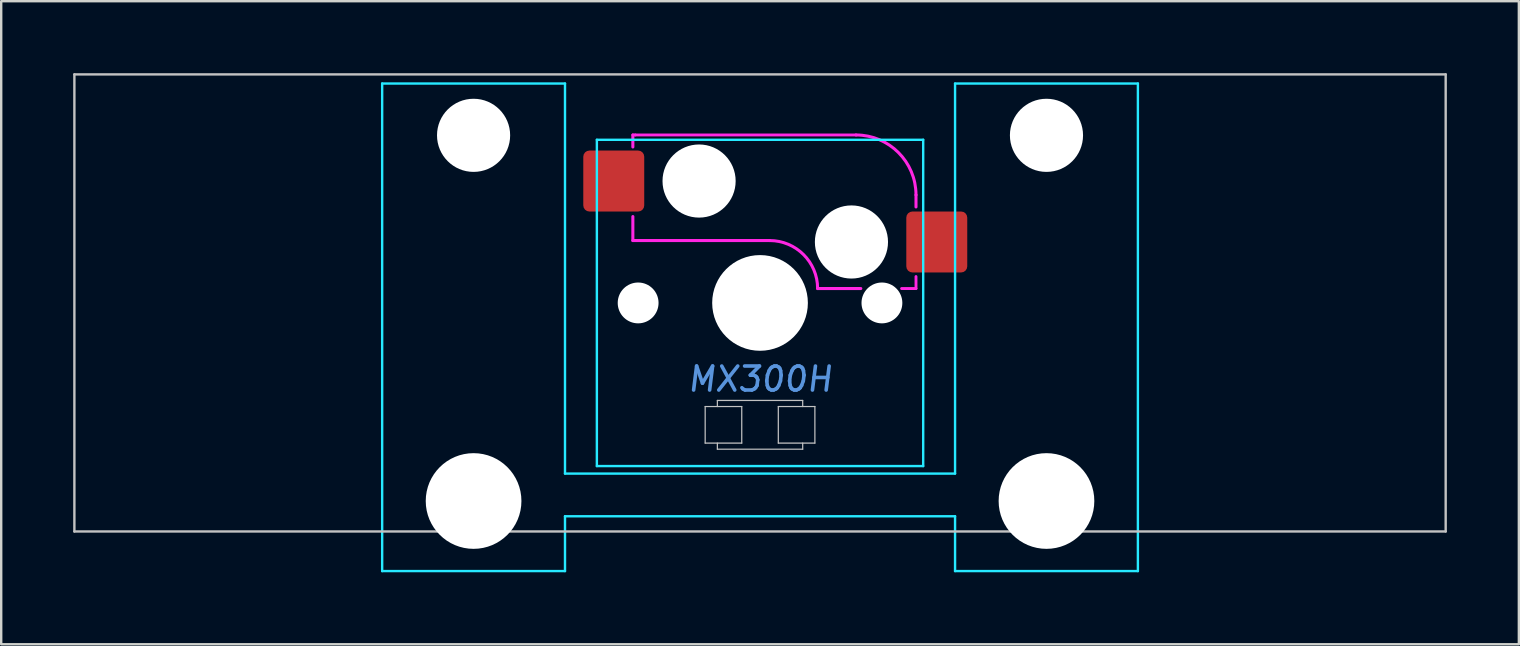
<source format=kicad_pcb>
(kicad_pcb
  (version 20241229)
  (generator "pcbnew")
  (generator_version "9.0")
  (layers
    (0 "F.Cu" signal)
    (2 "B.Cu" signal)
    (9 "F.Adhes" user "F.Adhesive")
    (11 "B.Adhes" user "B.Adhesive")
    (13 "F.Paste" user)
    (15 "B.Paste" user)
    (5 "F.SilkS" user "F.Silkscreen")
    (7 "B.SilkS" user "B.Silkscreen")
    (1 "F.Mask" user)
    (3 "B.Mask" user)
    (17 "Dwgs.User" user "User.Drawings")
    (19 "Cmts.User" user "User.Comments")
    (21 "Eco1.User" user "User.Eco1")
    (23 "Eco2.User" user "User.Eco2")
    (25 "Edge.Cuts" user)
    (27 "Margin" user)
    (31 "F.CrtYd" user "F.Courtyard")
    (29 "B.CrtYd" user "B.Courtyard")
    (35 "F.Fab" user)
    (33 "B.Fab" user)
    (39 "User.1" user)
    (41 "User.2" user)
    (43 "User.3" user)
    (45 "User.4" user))
  (footprint "MX300H"
    (layer "F.Cu")
    (at 28.625 9.575)
    (property "Reference" "MX300H" (at 0 3.175 0) (layer "Cmts.User") (effects (font (size 1 1) (thickness 0.15) (italic yes))))
    (attr smd)
    (fp_line (start -28.575 -9.525) (end -28.575 9.525) (stroke (width 0.1) (type solid)) (layer "Dwgs.User"))
    (fp_line (start -28.575 -9.525) (end 28.575 -9.525) (stroke (width 0.1) (type solid)) (layer "Dwgs.User"))
    (fp_line (start -28.575 9.525) (end 28.575 9.525) (stroke (width 0.1) (type solid)) (layer "Dwgs.User"))
    (fp_line (start -2.286 4.318) (end -0.762 4.318) (stroke (width 0.051) (type solid)) (layer "Dwgs.User"))
    (fp_line (start -2.286 5.842) (end -2.286 4.318) (stroke (width 0.051) (type solid)) (layer "Dwgs.User"))
    (fp_line (start -1.778 4.064) (end 1.778 4.064) (stroke (width 0.051) (type solid)) (layer "Dwgs.User"))
    (fp_line (start -1.778 4.318) (end -1.778 4.064) (stroke (width 0.051) (type solid)) (layer "Dwgs.User"))
    (fp_line (start -1.778 6.096) (end -1.778 5.842) (stroke (width 0.051) (type solid)) (layer "Dwgs.User"))
    (fp_line (start -0.762 4.318) (end -0.762 5.842) (stroke (width 0.051) (type solid)) (layer "Dwgs.User"))
    (fp_line (start -0.762 5.842) (end -2.286 5.842) (stroke (width 0.051) (type solid)) (layer "Dwgs.User"))
    (fp_line (start 0.762 4.318) (end 2.286 4.318) (stroke (width 0.051) (type solid)) (layer "Dwgs.User"))
    (fp_line (start 0.762 5.842) (end 0.762 4.318) (stroke (width 0.051) (type solid)) (layer "Dwgs.User"))
    (fp_line (start 1.778 4.064) (end 1.778 4.318) (stroke (width 0.051) (type solid)) (layer "Dwgs.User"))
    (fp_line (start 1.778 5.842) (end 1.778 6.096) (stroke (width 0.051) (type solid)) (layer "Dwgs.User"))
    (fp_line (start 1.778 6.096) (end -1.778 6.096) (stroke (width 0.051) (type solid)) (layer "Dwgs.User"))
    (fp_line (start 2.286 4.318) (end 2.286 5.842) (stroke (width 0.051) (type solid)) (layer "Dwgs.User"))
    (fp_line (start 2.286 5.842) (end 0.762 5.842) (stroke (width 0.051) (type solid)) (layer "Dwgs.User"))
    (fp_line (start 28.575 -9.525) (end 28.575 9.525) (stroke (width 0.1) (type solid)) (layer "Dwgs.User"))
    (fp_line (start -15.438 -5.485) (end -15.438 8.515) (stroke (width 0.1) (type solid)) (layer "Eco1.User"))
    (fp_line (start -14.938 -5.985) (end -8.938 -5.985) (stroke (width 0.1) (type solid)) (layer "Eco1.User"))
    (fp_line (start -8.938 9.015) (end -14.938 9.015) (stroke (width 0.1) (type solid)) (layer "Eco1.User"))
    (fp_line (start -8.438 8.515) (end -8.438 -5.485) (stroke (width 0.1) (type solid)) (layer "Eco1.User"))
    (fp_line (start -7 -6.5) (end -7 6.5) (stroke (width 0.1) (type solid)) (layer "Eco1.User"))
    (fp_line (start -6.5 7) (end 6.5 7) (stroke (width 0.1) (type solid)) (layer "Eco1.User"))
    (fp_line (start 6.5 -7) (end -6.5 -7) (stroke (width 0.1) (type solid)) (layer "Eco1.User"))
    (fp_line (start 7 6.5) (end 7 -6.5) (stroke (width 0.1) (type solid)) (layer "Eco1.User"))
    (fp_line (start 8.438 -5.485) (end 8.438 8.515) (stroke (width 0.1) (type solid)) (layer "Eco1.User"))
    (fp_line (start 8.938 -5.985) (end 14.938 -5.985) (stroke (width 0.1) (type solid)) (layer "Eco1.User"))
    (fp_line (start 14.938 9.015) (end 8.938 9.015) (stroke (width 0.1) (type solid)) (layer "Eco1.User"))
    (fp_line (start 15.438 8.515) (end 15.438 -5.485) (stroke (width 0.1) (type solid)) (layer "Eco1.User"))
    (fp_arc (start -15.438 -5.485) (mid -15.291553 -5.838553) (end -14.938 -5.985) (stroke (width 0.1) (type solid)) (layer "Eco1.User"))
    (fp_arc (start -14.938 9.015) (mid -15.291553 8.868553) (end -15.438 8.515) (stroke (width 0.1) (type solid)) (layer "Eco1.User"))
    (fp_arc (start -8.938 -5.985) (mid -8.584447 -5.838553) (end -8.438 -5.485) (stroke (width 0.1) (type solid)) (layer "Eco1.User"))
    (fp_arc (start -8.438 8.515) (mid -8.584447 8.868553) (end -8.938 9.015) (stroke (width 0.1) (type solid)) (layer "Eco1.User"))
    (fp_arc (start -7 -6.5) (mid -6.853553 -6.853553) (end -6.5 -7) (stroke (width 0.1) (type solid)) (layer "Eco1.User"))
    (fp_arc (start -6.5 7) (mid -6.853553 6.853553) (end -7 6.5) (stroke (width 0.1) (type solid)) (layer "Eco1.User"))
    (fp_arc (start 6.5 -7) (mid 6.853553 -6.853553) (end 7 -6.5) (stroke (width 0.1) (type solid)) (layer "Eco1.User"))
    (fp_arc (start 7 6.5) (mid 6.853553 6.853553) (end 6.5 7) (stroke (width 0.1) (type solid)) (layer "Eco1.User"))
    (fp_arc (start 8.438 -5.485) (mid 8.584447 -5.838553) (end 8.938 -5.985) (stroke (width 0.1) (type solid)) (layer "Eco1.User"))
    (fp_arc (start 8.938 9.015) (mid 8.584447 8.868553) (end 8.438 8.515) (stroke (width 0.1) (type solid)) (layer "Eco1.User"))
    (fp_arc (start 14.938 -5.985) (mid 15.291553 -5.838553) (end 15.438 -5.485) (stroke (width 0.1) (type solid)) (layer "Eco1.User"))
    (fp_arc (start 15.438 8.515) (mid 15.291553 8.868553) (end 14.938 9.015) (stroke (width 0.1) (type solid)) (layer "Eco1.User"))
    (fp_line (start -15.748 -9.144) (end -15.748 11.176) (stroke (width 0.1) (type solid)) (layer "B.CrtYd"))
    (fp_line (start -15.748 11.176) (end -8.128 11.176) (stroke (width 0.1) (type solid)) (layer "B.CrtYd"))
    (fp_line (start -8.128 -9.144) (end -15.748 -9.144) (stroke (width 0.1) (type solid)) (layer "B.CrtYd"))
    (fp_line (start -8.128 7.112) (end -8.128 -9.144) (stroke (width 0.1) (type solid)) (layer "B.CrtYd"))
    (fp_line (start -8.128 7.112) (end 8.128 7.112) (stroke (width 0.1) (type solid)) (layer "B.CrtYd"))
    (fp_line (start -8.128 8.89) (end -8.128 11.176) (stroke (width 0.1) (type solid)) (layer "B.CrtYd"))
    (fp_line (start -8.128 8.89) (end 8.128 8.89) (stroke (width 0.1) (type solid)) (layer "B.CrtYd"))
    (fp_line (start -6.8 -6.8) (end -6.8 6.8) (stroke (width 0.1) (type solid)) (layer "B.CrtYd"))
    (fp_line (start 6.8 -6.8) (end -6.8 -6.8) (stroke (width 0.1) (type solid)) (layer "B.CrtYd"))
    (fp_line (start 6.8 -6.8) (end 6.8 6.8) (stroke (width 0.1) (type solid)) (layer "B.CrtYd"))
    (fp_line (start 6.8 6.8) (end -6.8 6.8) (stroke (width 0.1) (type solid)) (layer "B.CrtYd"))
    (fp_line (start 8.128 -9.144) (end 15.748 -9.144) (stroke (width 0.1) (type solid)) (layer "B.CrtYd"))
    (fp_line (start 8.128 7.112) (end 8.128 -9.142) (stroke (width 0.1) (type solid)) (layer "B.CrtYd"))
    (fp_line (start 8.128 8.89) (end 8.128 11.176) (stroke (width 0.1) (type solid)) (layer "B.CrtYd"))
    (fp_line (start 15.748 11.176) (end 8.128 11.176) (stroke (width 0.1) (type solid)) (layer "B.CrtYd"))
    (fp_line (start 15.748 11.176) (end 15.748 -9.144) (stroke (width 0.1) (type solid)) (layer "B.CrtYd"))
    (fp_line (start -5.3 -7) (end -5.3 -6.5) (stroke (width 0.127) (type solid)) (layer "F.CrtYd"))
    (fp_line (start -5.3 -3.6) (end -5.3 -2.6) (stroke (width 0.127) (type solid)) (layer "F.CrtYd"))
    (fp_line (start -5.2 -7) (end -5.3 -7) (stroke (width 0.12) (type solid)) (layer "F.CrtYd"))
    (fp_line (start 0.4 -2.6) (end -5.3 -2.6) (stroke (width 0.127) (type solid)) (layer "F.CrtYd"))
    (fp_line (start 4 -7) (end -5.2 -7) (stroke (width 0.12) (type solid)) (layer "F.CrtYd"))
    (fp_line (start 4.2 -0.6) (end 2.4 -0.6) (stroke (width 0.127) (type solid)) (layer "F.CrtYd"))
    (fp_line (start 6.5 -4.5) (end 6.5 -4) (stroke (width 0.127) (type solid)) (layer "F.CrtYd"))
    (fp_line (start 6.5 -1.1) (end 6.5 -0.6) (stroke (width 0.12) (type solid)) (layer "F.CrtYd"))
    (fp_line (start 6.5 -0.6) (end 5.9 -0.6) (stroke (width 0.12) (type solid)) (layer "F.CrtYd"))
    (fp_arc (start 0.4 -2.6) (mid 1.814214 -2.014214) (end 2.4 -0.6) (stroke (width 0.127) (type solid)) (layer "F.CrtYd"))
    (fp_arc (start 4 -7) (mid 5.767767 -6.267767) (end 6.5 -4.5) (stroke (width 0.127) (type solid)) (layer "F.CrtYd"))
    (pad "" np_thru_hole circle (at -11.938 -6.985) (size 3.048 3.048) (drill 3.048) (layers "*.Cu" "*.Mask"))
    (pad "" np_thru_hole circle (at -11.938 8.255) (size 3.988 3.988) (drill 3.988) (layers "*.Cu" "*.Mask"))
    (pad "" np_thru_hole circle (at -5.08 0) (size 1.702 1.702) (drill 1.702) (layers "*.Cu" "*.Mask"))
    (pad "" np_thru_hole circle (at -2.54 -5.08) (size 3.048 3.048) (drill 3.048) (layers "*.Cu" "*.Mask"))
    (pad "" np_thru_hole circle (at 0 0) (size 3.988 3.988) (drill 3.988) (layers "*.Cu" "*.Mask"))
    (pad "" np_thru_hole circle (at 3.81 -2.54) (size 3.048 3.048) (drill 3.048) (layers "*.Cu" "*.Mask"))
    (pad "" np_thru_hole circle (at 5.08 0) (size 1.702 1.702) (drill 1.702) (layers "*.Cu" "*.Mask"))
    (pad "" np_thru_hole circle (at 11.938 -6.985) (size 3.048 3.048) (drill 3.048) (layers "*.Cu" "*.Mask"))
    (pad "" np_thru_hole circle (at 11.938 8.255) (size 3.988 3.988) (drill 3.988) (layers "*.Cu" "*.Mask"))
    (pad "1" smd roundrect (at -6.096 -5.08) (size 2.54 2.54) (layers "F.Cu" "F.Mask" "F.Paste") (roundrect_rratio 0.1))
    (pad "2" smd roundrect (at 7.366 -2.54) (size 2.54 2.54) (layers "F.Cu" "F.Mask" "F.Paste") (roundrect_rratio 0.1)))
  (gr_rect
    (start -3 -3)
    (end 60.25 23.801)
    (stroke (width 0.1) (type default))
    (fill no)
    (layer "Edge.Cuts")))
</source>
